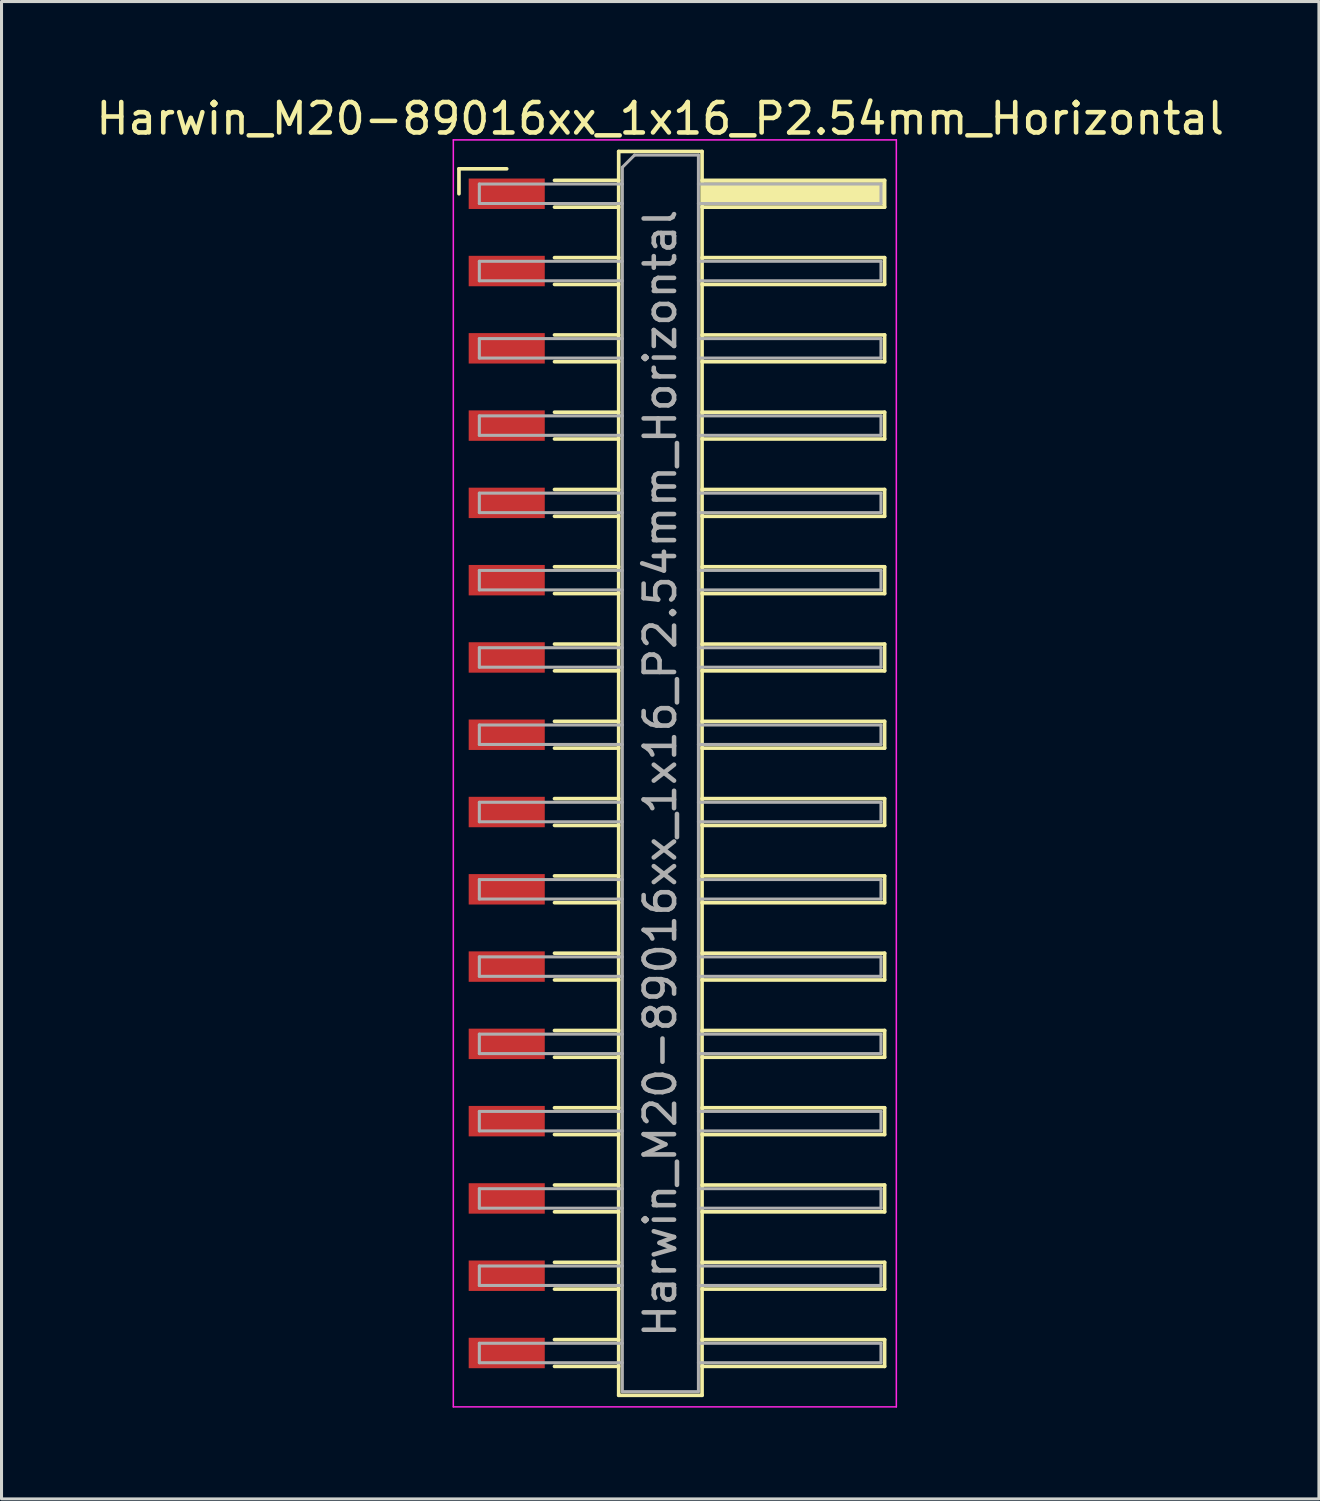
<source format=kicad_pcb>
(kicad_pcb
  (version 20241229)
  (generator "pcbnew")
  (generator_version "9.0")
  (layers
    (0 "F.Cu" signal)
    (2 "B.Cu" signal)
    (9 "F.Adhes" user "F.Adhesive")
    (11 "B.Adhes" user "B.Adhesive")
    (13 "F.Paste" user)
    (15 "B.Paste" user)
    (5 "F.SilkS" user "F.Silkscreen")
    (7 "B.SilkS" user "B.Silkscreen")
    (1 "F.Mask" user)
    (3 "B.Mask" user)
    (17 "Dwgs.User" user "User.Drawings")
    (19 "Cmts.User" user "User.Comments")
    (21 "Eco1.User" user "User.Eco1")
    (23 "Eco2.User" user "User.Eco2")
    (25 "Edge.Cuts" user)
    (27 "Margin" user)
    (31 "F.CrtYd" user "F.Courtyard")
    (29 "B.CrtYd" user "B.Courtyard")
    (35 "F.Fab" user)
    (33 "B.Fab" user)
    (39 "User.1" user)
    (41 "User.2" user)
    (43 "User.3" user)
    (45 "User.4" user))
  (footprint "Harwin_M20-89016xx_1x16_P2.54mm_Horizontal"
    (layer "F.Cu")
    (at 19.129 22.368)
    (property "Reference" "Harwin_M20-89016xx_1x16_P2.54mm_Horizontal" (at -0.48 -21.52 0) (layer "F.SilkS") (effects (font (size 1 1) (thickness 0.15))))
    (attr smd)
    (fp_line (start -7.095 -19.87) (end -5.525 -19.87) (stroke (width 0.12) (type solid)) (layer "F.SilkS"))
    (fp_line (start -7.095 -19.05) (end -7.095 -19.87) (stroke (width 0.12) (type solid)) (layer "F.SilkS"))
    (fp_line (start -3.955 -19.49) (end -1.845 -19.49) (stroke (width 0.12) (type solid)) (layer "F.SilkS"))
    (fp_line (start -3.955 -18.61) (end -1.845 -18.61) (stroke (width 0.12) (type solid)) (layer "F.SilkS"))
    (fp_line (start -3.955 -16.95) (end -1.845 -16.95) (stroke (width 0.12) (type solid)) (layer "F.SilkS"))
    (fp_line (start -3.955 -16.07) (end -1.845 -16.07) (stroke (width 0.12) (type solid)) (layer "F.SilkS"))
    (fp_line (start -3.955 -14.41) (end -1.845 -14.41) (stroke (width 0.12) (type solid)) (layer "F.SilkS"))
    (fp_line (start -3.955 -13.53) (end -1.845 -13.53) (stroke (width 0.12) (type solid)) (layer "F.SilkS"))
    (fp_line (start -3.955 -11.87) (end -1.845 -11.87) (stroke (width 0.12) (type solid)) (layer "F.SilkS"))
    (fp_line (start -3.955 -10.99) (end -1.845 -10.99) (stroke (width 0.12) (type solid)) (layer "F.SilkS"))
    (fp_line (start -3.955 -9.33) (end -1.845 -9.33) (stroke (width 0.12) (type solid)) (layer "F.SilkS"))
    (fp_line (start -3.955 -8.45) (end -1.845 -8.45) (stroke (width 0.12) (type solid)) (layer "F.SilkS"))
    (fp_line (start -3.955 -6.79) (end -1.845 -6.79) (stroke (width 0.12) (type solid)) (layer "F.SilkS"))
    (fp_line (start -3.955 -5.91) (end -1.845 -5.91) (stroke (width 0.12) (type solid)) (layer "F.SilkS"))
    (fp_line (start -3.955 -4.25) (end -1.845 -4.25) (stroke (width 0.12) (type solid)) (layer "F.SilkS"))
    (fp_line (start -3.955 -3.37) (end -1.845 -3.37) (stroke (width 0.12) (type solid)) (layer "F.SilkS"))
    (fp_line (start -3.955 -1.71) (end -1.845 -1.71) (stroke (width 0.12) (type solid)) (layer "F.SilkS"))
    (fp_line (start -3.955 -0.83) (end -1.845 -0.83) (stroke (width 0.12) (type solid)) (layer "F.SilkS"))
    (fp_line (start -3.955 0.83) (end -1.845 0.83) (stroke (width 0.12) (type solid)) (layer "F.SilkS"))
    (fp_line (start -3.955 1.71) (end -1.845 1.71) (stroke (width 0.12) (type solid)) (layer "F.SilkS"))
    (fp_line (start -3.955 3.37) (end -1.845 3.37) (stroke (width 0.12) (type solid)) (layer "F.SilkS"))
    (fp_line (start -3.955 4.25) (end -1.845 4.25) (stroke (width 0.12) (type solid)) (layer "F.SilkS"))
    (fp_line (start -3.955 5.91) (end -1.845 5.91) (stroke (width 0.12) (type solid)) (layer "F.SilkS"))
    (fp_line (start -3.955 6.79) (end -1.845 6.79) (stroke (width 0.12) (type solid)) (layer "F.SilkS"))
    (fp_line (start -3.955 8.45) (end -1.845 8.45) (stroke (width 0.12) (type solid)) (layer "F.SilkS"))
    (fp_line (start -3.955 9.33) (end -1.845 9.33) (stroke (width 0.12) (type solid)) (layer "F.SilkS"))
    (fp_line (start -3.955 10.99) (end -1.845 10.99) (stroke (width 0.12) (type solid)) (layer "F.SilkS"))
    (fp_line (start -3.955 11.87) (end -1.845 11.87) (stroke (width 0.12) (type solid)) (layer "F.SilkS"))
    (fp_line (start -3.955 13.53) (end -1.845 13.53) (stroke (width 0.12) (type solid)) (layer "F.SilkS"))
    (fp_line (start -3.955 14.41) (end -1.845 14.41) (stroke (width 0.12) (type solid)) (layer "F.SilkS"))
    (fp_line (start -3.955 16.07) (end -1.845 16.07) (stroke (width 0.12) (type solid)) (layer "F.SilkS"))
    (fp_line (start -3.955 16.95) (end -1.845 16.95) (stroke (width 0.12) (type solid)) (layer "F.SilkS"))
    (fp_line (start -3.955 18.61) (end -1.845 18.61) (stroke (width 0.12) (type solid)) (layer "F.SilkS"))
    (fp_line (start -3.955 19.49) (end -1.845 19.49) (stroke (width 0.12) (type solid)) (layer "F.SilkS"))
    (fp_line (start -1.845 -20.44) (end 0.895 -20.44) (stroke (width 0.12) (type solid)) (layer "F.SilkS"))
    (fp_line (start -1.845 20.44) (end -1.845 -20.44) (stroke (width 0.12) (type solid)) (layer "F.SilkS"))
    (fp_line (start 0.895 -20.44) (end 0.895 20.44) (stroke (width 0.12) (type solid)) (layer "F.SilkS"))
    (fp_line (start 0.895 -19.49) (end 6.895 -19.49) (stroke (width 0.12) (type solid)) (layer "F.SilkS"))
    (fp_line (start 0.895 -16.95) (end 6.895 -16.95) (stroke (width 0.12) (type solid)) (layer "F.SilkS"))
    (fp_line (start 0.895 -14.41) (end 6.895 -14.41) (stroke (width 0.12) (type solid)) (layer "F.SilkS"))
    (fp_line (start 0.895 -11.87) (end 6.895 -11.87) (stroke (width 0.12) (type solid)) (layer "F.SilkS"))
    (fp_line (start 0.895 -9.33) (end 6.895 -9.33) (stroke (width 0.12) (type solid)) (layer "F.SilkS"))
    (fp_line (start 0.895 -6.79) (end 6.895 -6.79) (stroke (width 0.12) (type solid)) (layer "F.SilkS"))
    (fp_line (start 0.895 -4.25) (end 6.895 -4.25) (stroke (width 0.12) (type solid)) (layer "F.SilkS"))
    (fp_line (start 0.895 -1.71) (end 6.895 -1.71) (stroke (width 0.12) (type solid)) (layer "F.SilkS"))
    (fp_line (start 0.895 0.83) (end 6.895 0.83) (stroke (width 0.12) (type solid)) (layer "F.SilkS"))
    (fp_line (start 0.895 3.37) (end 6.895 3.37) (stroke (width 0.12) (type solid)) (layer "F.SilkS"))
    (fp_line (start 0.895 5.91) (end 6.895 5.91) (stroke (width 0.12) (type solid)) (layer "F.SilkS"))
    (fp_line (start 0.895 8.45) (end 6.895 8.45) (stroke (width 0.12) (type solid)) (layer "F.SilkS"))
    (fp_line (start 0.895 10.99) (end 6.895 10.99) (stroke (width 0.12) (type solid)) (layer "F.SilkS"))
    (fp_line (start 0.895 13.53) (end 6.895 13.53) (stroke (width 0.12) (type solid)) (layer "F.SilkS"))
    (fp_line (start 0.895 16.07) (end 6.895 16.07) (stroke (width 0.12) (type solid)) (layer "F.SilkS"))
    (fp_line (start 0.895 18.61) (end 6.895 18.61) (stroke (width 0.12) (type solid)) (layer "F.SilkS"))
    (fp_line (start 0.895 20.44) (end -1.845 20.44) (stroke (width 0.12) (type solid)) (layer "F.SilkS"))
    (fp_line (start 6.895 -19.49) (end 6.895 -18.61) (stroke (width 0.12) (type solid)) (layer "F.SilkS"))
    (fp_line (start 6.895 -18.61) (end 0.895 -18.61) (stroke (width 0.12) (type solid)) (layer "F.SilkS"))
    (fp_line (start 6.895 -16.95) (end 6.895 -16.07) (stroke (width 0.12) (type solid)) (layer "F.SilkS"))
    (fp_line (start 6.895 -16.07) (end 0.895 -16.07) (stroke (width 0.12) (type solid)) (layer "F.SilkS"))
    (fp_line (start 6.895 -14.41) (end 6.895 -13.53) (stroke (width 0.12) (type solid)) (layer "F.SilkS"))
    (fp_line (start 6.895 -13.53) (end 0.895 -13.53) (stroke (width 0.12) (type solid)) (layer "F.SilkS"))
    (fp_line (start 6.895 -11.87) (end 6.895 -10.99) (stroke (width 0.12) (type solid)) (layer "F.SilkS"))
    (fp_line (start 6.895 -10.99) (end 0.895 -10.99) (stroke (width 0.12) (type solid)) (layer "F.SilkS"))
    (fp_line (start 6.895 -9.33) (end 6.895 -8.45) (stroke (width 0.12) (type solid)) (layer "F.SilkS"))
    (fp_line (start 6.895 -8.45) (end 0.895 -8.45) (stroke (width 0.12) (type solid)) (layer "F.SilkS"))
    (fp_line (start 6.895 -6.79) (end 6.895 -5.91) (stroke (width 0.12) (type solid)) (layer "F.SilkS"))
    (fp_line (start 6.895 -5.91) (end 0.895 -5.91) (stroke (width 0.12) (type solid)) (layer "F.SilkS"))
    (fp_line (start 6.895 -4.25) (end 6.895 -3.37) (stroke (width 0.12) (type solid)) (layer "F.SilkS"))
    (fp_line (start 6.895 -3.37) (end 0.895 -3.37) (stroke (width 0.12) (type solid)) (layer "F.SilkS"))
    (fp_line (start 6.895 -1.71) (end 6.895 -0.83) (stroke (width 0.12) (type solid)) (layer "F.SilkS"))
    (fp_line (start 6.895 -0.83) (end 0.895 -0.83) (stroke (width 0.12) (type solid)) (layer "F.SilkS"))
    (fp_line (start 6.895 0.83) (end 6.895 1.71) (stroke (width 0.12) (type solid)) (layer "F.SilkS"))
    (fp_line (start 6.895 1.71) (end 0.895 1.71) (stroke (width 0.12) (type solid)) (layer "F.SilkS"))
    (fp_line (start 6.895 3.37) (end 6.895 4.25) (stroke (width 0.12) (type solid)) (layer "F.SilkS"))
    (fp_line (start 6.895 4.25) (end 0.895 4.25) (stroke (width 0.12) (type solid)) (layer "F.SilkS"))
    (fp_line (start 6.895 5.91) (end 6.895 6.79) (stroke (width 0.12) (type solid)) (layer "F.SilkS"))
    (fp_line (start 6.895 6.79) (end 0.895 6.79) (stroke (width 0.12) (type solid)) (layer "F.SilkS"))
    (fp_line (start 6.895 8.45) (end 6.895 9.33) (stroke (width 0.12) (type solid)) (layer "F.SilkS"))
    (fp_line (start 6.895 9.33) (end 0.895 9.33) (stroke (width 0.12) (type solid)) (layer "F.SilkS"))
    (fp_line (start 6.895 10.99) (end 6.895 11.87) (stroke (width 0.12) (type solid)) (layer "F.SilkS"))
    (fp_line (start 6.895 11.87) (end 0.895 11.87) (stroke (width 0.12) (type solid)) (layer "F.SilkS"))
    (fp_line (start 6.895 13.53) (end 6.895 14.41) (stroke (width 0.12) (type solid)) (layer "F.SilkS"))
    (fp_line (start 6.895 14.41) (end 0.895 14.41) (stroke (width 0.12) (type solid)) (layer "F.SilkS"))
    (fp_line (start 6.895 16.07) (end 6.895 16.95) (stroke (width 0.12) (type solid)) (layer "F.SilkS"))
    (fp_line (start 6.895 16.95) (end 0.895 16.95) (stroke (width 0.12) (type solid)) (layer "F.SilkS"))
    (fp_line (start 6.895 18.61) (end 6.895 19.49) (stroke (width 0.12) (type solid)) (layer "F.SilkS"))
    (fp_line (start 6.895 19.49) (end 0.895 19.49) (stroke (width 0.12) (type solid)) (layer "F.SilkS"))
    (fp_line (start -7.28 -20.82) (end 7.28 -20.82) (stroke (width 0.05) (type solid)) (layer "F.CrtYd"))
    (fp_line (start -7.28 20.82) (end -7.28 -20.82) (stroke (width 0.05) (type solid)) (layer "F.CrtYd"))
    (fp_line (start 7.28 -20.82) (end 7.28 20.82) (stroke (width 0.05) (type solid)) (layer "F.CrtYd"))
    (fp_line (start 7.28 20.82) (end -7.28 20.82) (stroke (width 0.05) (type solid)) (layer "F.CrtYd"))
    (fp_line (start -6.425 -19.37) (end -6.425 -18.73) (stroke (width 0.1) (type solid)) (layer "F.Fab"))
    (fp_line (start -6.425 -18.73) (end -1.725 -18.73) (stroke (width 0.1) (type solid)) (layer "F.Fab"))
    (fp_line (start -6.425 -16.83) (end -6.425 -16.19) (stroke (width 0.1) (type solid)) (layer "F.Fab"))
    (fp_line (start -6.425 -16.19) (end -1.725 -16.19) (stroke (width 0.1) (type solid)) (layer "F.Fab"))
    (fp_line (start -6.425 -14.29) (end -6.425 -13.65) (stroke (width 0.1) (type solid)) (layer "F.Fab"))
    (fp_line (start -6.425 -13.65) (end -1.725 -13.65) (stroke (width 0.1) (type solid)) (layer "F.Fab"))
    (fp_line (start -6.425 -11.75) (end -6.425 -11.11) (stroke (width 0.1) (type solid)) (layer "F.Fab"))
    (fp_line (start -6.425 -11.11) (end -1.725 -11.11) (stroke (width 0.1) (type solid)) (layer "F.Fab"))
    (fp_line (start -6.425 -9.21) (end -6.425 -8.57) (stroke (width 0.1) (type solid)) (layer "F.Fab"))
    (fp_line (start -6.425 -8.57) (end -1.725 -8.57) (stroke (width 0.1) (type solid)) (layer "F.Fab"))
    (fp_line (start -6.425 -6.67) (end -6.425 -6.03) (stroke (width 0.1) (type solid)) (layer "F.Fab"))
    (fp_line (start -6.425 -6.03) (end -1.725 -6.03) (stroke (width 0.1) (type solid)) (layer "F.Fab"))
    (fp_line (start -6.425 -4.13) (end -6.425 -3.49) (stroke (width 0.1) (type solid)) (layer "F.Fab"))
    (fp_line (start -6.425 -3.49) (end -1.725 -3.49) (stroke (width 0.1) (type solid)) (layer "F.Fab"))
    (fp_line (start -6.425 -1.59) (end -6.425 -0.95) (stroke (width 0.1) (type solid)) (layer "F.Fab"))
    (fp_line (start -6.425 -0.95) (end -1.725 -0.95) (stroke (width 0.1) (type solid)) (layer "F.Fab"))
    (fp_line (start -6.425 0.95) (end -6.425 1.59) (stroke (width 0.1) (type solid)) (layer "F.Fab"))
    (fp_line (start -6.425 1.59) (end -1.725 1.59) (stroke (width 0.1) (type solid)) (layer "F.Fab"))
    (fp_line (start -6.425 3.49) (end -6.425 4.13) (stroke (width 0.1) (type solid)) (layer "F.Fab"))
    (fp_line (start -6.425 4.13) (end -1.725 4.13) (stroke (width 0.1) (type solid)) (layer "F.Fab"))
    (fp_line (start -6.425 6.03) (end -6.425 6.67) (stroke (width 0.1) (type solid)) (layer "F.Fab"))
    (fp_line (start -6.425 6.67) (end -1.725 6.67) (stroke (width 0.1) (type solid)) (layer "F.Fab"))
    (fp_line (start -6.425 8.57) (end -6.425 9.21) (stroke (width 0.1) (type solid)) (layer "F.Fab"))
    (fp_line (start -6.425 9.21) (end -1.725 9.21) (stroke (width 0.1) (type solid)) (layer "F.Fab"))
    (fp_line (start -6.425 11.11) (end -6.425 11.75) (stroke (width 0.1) (type solid)) (layer "F.Fab"))
    (fp_line (start -6.425 11.75) (end -1.725 11.75) (stroke (width 0.1) (type solid)) (layer "F.Fab"))
    (fp_line (start -6.425 13.65) (end -6.425 14.29) (stroke (width 0.1) (type solid)) (layer "F.Fab"))
    (fp_line (start -6.425 14.29) (end -1.725 14.29) (stroke (width 0.1) (type solid)) (layer "F.Fab"))
    (fp_line (start -6.425 16.19) (end -6.425 16.83) (stroke (width 0.1) (type solid)) (layer "F.Fab"))
    (fp_line (start -6.425 16.83) (end -1.725 16.83) (stroke (width 0.1) (type solid)) (layer "F.Fab"))
    (fp_line (start -6.425 18.73) (end -6.425 19.37) (stroke (width 0.1) (type solid)) (layer "F.Fab"))
    (fp_line (start -6.425 19.37) (end -1.725 19.37) (stroke (width 0.1) (type solid)) (layer "F.Fab"))
    (fp_line (start -1.725 -19.92) (end -1.325 -20.32) (stroke (width 0.1) (type solid)) (layer "F.Fab"))
    (fp_line (start -1.725 -19.37) (end -6.425 -19.37) (stroke (width 0.1) (type solid)) (layer "F.Fab"))
    (fp_line (start -1.725 -16.83) (end -6.425 -16.83) (stroke (width 0.1) (type solid)) (layer "F.Fab"))
    (fp_line (start -1.725 -14.29) (end -6.425 -14.29) (stroke (width 0.1) (type solid)) (layer "F.Fab"))
    (fp_line (start -1.725 -11.75) (end -6.425 -11.75) (stroke (width 0.1) (type solid)) (layer "F.Fab"))
    (fp_line (start -1.725 -9.21) (end -6.425 -9.21) (stroke (width 0.1) (type solid)) (layer "F.Fab"))
    (fp_line (start -1.725 -6.67) (end -6.425 -6.67) (stroke (width 0.1) (type solid)) (layer "F.Fab"))
    (fp_line (start -1.725 -4.13) (end -6.425 -4.13) (stroke (width 0.1) (type solid)) (layer "F.Fab"))
    (fp_line (start -1.725 -1.59) (end -6.425 -1.59) (stroke (width 0.1) (type solid)) (layer "F.Fab"))
    (fp_line (start -1.725 0.95) (end -6.425 0.95) (stroke (width 0.1) (type solid)) (layer "F.Fab"))
    (fp_line (start -1.725 3.49) (end -6.425 3.49) (stroke (width 0.1) (type solid)) (layer "F.Fab"))
    (fp_line (start -1.725 6.03) (end -6.425 6.03) (stroke (width 0.1) (type solid)) (layer "F.Fab"))
    (fp_line (start -1.725 8.57) (end -6.425 8.57) (stroke (width 0.1) (type solid)) (layer "F.Fab"))
    (fp_line (start -1.725 11.11) (end -6.425 11.11) (stroke (width 0.1) (type solid)) (layer "F.Fab"))
    (fp_line (start -1.725 13.65) (end -6.425 13.65) (stroke (width 0.1) (type solid)) (layer "F.Fab"))
    (fp_line (start -1.725 16.19) (end -6.425 16.19) (stroke (width 0.1) (type solid)) (layer "F.Fab"))
    (fp_line (start -1.725 18.73) (end -6.425 18.73) (stroke (width 0.1) (type solid)) (layer "F.Fab"))
    (fp_line (start -1.725 20.32) (end -1.725 -19.92) (stroke (width 0.1) (type solid)) (layer "F.Fab"))
    (fp_line (start -1.325 -20.32) (end 0.775 -20.32) (stroke (width 0.1) (type solid)) (layer "F.Fab"))
    (fp_line (start 0.775 -20.32) (end 0.775 20.32) (stroke (width 0.1) (type solid)) (layer "F.Fab"))
    (fp_line (start 0.775 -19.37) (end 6.775 -19.37) (stroke (width 0.1) (type solid)) (layer "F.Fab"))
    (fp_line (start 0.775 -16.83) (end 6.775 -16.83) (stroke (width 0.1) (type solid)) (layer "F.Fab"))
    (fp_line (start 0.775 -14.29) (end 6.775 -14.29) (stroke (width 0.1) (type solid)) (layer "F.Fab"))
    (fp_line (start 0.775 -11.75) (end 6.775 -11.75) (stroke (width 0.1) (type solid)) (layer "F.Fab"))
    (fp_line (start 0.775 -9.21) (end 6.775 -9.21) (stroke (width 0.1) (type solid)) (layer "F.Fab"))
    (fp_line (start 0.775 -6.67) (end 6.775 -6.67) (stroke (width 0.1) (type solid)) (layer "F.Fab"))
    (fp_line (start 0.775 -4.13) (end 6.775 -4.13) (stroke (width 0.1) (type solid)) (layer "F.Fab"))
    (fp_line (start 0.775 -1.59) (end 6.775 -1.59) (stroke (width 0.1) (type solid)) (layer "F.Fab"))
    (fp_line (start 0.775 0.95) (end 6.775 0.95) (stroke (width 0.1) (type solid)) (layer "F.Fab"))
    (fp_line (start 0.775 3.49) (end 6.775 3.49) (stroke (width 0.1) (type solid)) (layer "F.Fab"))
    (fp_line (start 0.775 6.03) (end 6.775 6.03) (stroke (width 0.1) (type solid)) (layer "F.Fab"))
    (fp_line (start 0.775 8.57) (end 6.775 8.57) (stroke (width 0.1) (type solid)) (layer "F.Fab"))
    (fp_line (start 0.775 11.11) (end 6.775 11.11) (stroke (width 0.1) (type solid)) (layer "F.Fab"))
    (fp_line (start 0.775 13.65) (end 6.775 13.65) (stroke (width 0.1) (type solid)) (layer "F.Fab"))
    (fp_line (start 0.775 16.19) (end 6.775 16.19) (stroke (width 0.1) (type solid)) (layer "F.Fab"))
    (fp_line (start 0.775 18.73) (end 6.775 18.73) (stroke (width 0.1) (type solid)) (layer "F.Fab"))
    (fp_line (start 0.775 20.32) (end -1.725 20.32) (stroke (width 0.1) (type solid)) (layer "F.Fab"))
    (fp_line (start 6.775 -19.37) (end 6.775 -18.73) (stroke (width 0.1) (type solid)) (layer "F.Fab"))
    (fp_line (start 6.775 -18.73) (end 0.775 -18.73) (stroke (width 0.1) (type solid)) (layer "F.Fab"))
    (fp_line (start 6.775 -16.83) (end 6.775 -16.19) (stroke (width 0.1) (type solid)) (layer "F.Fab"))
    (fp_line (start 6.775 -16.19) (end 0.775 -16.19) (stroke (width 0.1) (type solid)) (layer "F.Fab"))
    (fp_line (start 6.775 -14.29) (end 6.775 -13.65) (stroke (width 0.1) (type solid)) (layer "F.Fab"))
    (fp_line (start 6.775 -13.65) (end 0.775 -13.65) (stroke (width 0.1) (type solid)) (layer "F.Fab"))
    (fp_line (start 6.775 -11.75) (end 6.775 -11.11) (stroke (width 0.1) (type solid)) (layer "F.Fab"))
    (fp_line (start 6.775 -11.11) (end 0.775 -11.11) (stroke (width 0.1) (type solid)) (layer "F.Fab"))
    (fp_line (start 6.775 -9.21) (end 6.775 -8.57) (stroke (width 0.1) (type solid)) (layer "F.Fab"))
    (fp_line (start 6.775 -8.57) (end 0.775 -8.57) (stroke (width 0.1) (type solid)) (layer "F.Fab"))
    (fp_line (start 6.775 -6.67) (end 6.775 -6.03) (stroke (width 0.1) (type solid)) (layer "F.Fab"))
    (fp_line (start 6.775 -6.03) (end 0.775 -6.03) (stroke (width 0.1) (type solid)) (layer "F.Fab"))
    (fp_line (start 6.775 -4.13) (end 6.775 -3.49) (stroke (width 0.1) (type solid)) (layer "F.Fab"))
    (fp_line (start 6.775 -3.49) (end 0.775 -3.49) (stroke (width 0.1) (type solid)) (layer "F.Fab"))
    (fp_line (start 6.775 -1.59) (end 6.775 -0.95) (stroke (width 0.1) (type solid)) (layer "F.Fab"))
    (fp_line (start 6.775 -0.95) (end 0.775 -0.95) (stroke (width 0.1) (type solid)) (layer "F.Fab"))
    (fp_line (start 6.775 0.95) (end 6.775 1.59) (stroke (width 0.1) (type solid)) (layer "F.Fab"))
    (fp_line (start 6.775 1.59) (end 0.775 1.59) (stroke (width 0.1) (type solid)) (layer "F.Fab"))
    (fp_line (start 6.775 3.49) (end 6.775 4.13) (stroke (width 0.1) (type solid)) (layer "F.Fab"))
    (fp_line (start 6.775 4.13) (end 0.775 4.13) (stroke (width 0.1) (type solid)) (layer "F.Fab"))
    (fp_line (start 6.775 6.03) (end 6.775 6.67) (stroke (width 0.1) (type solid)) (layer "F.Fab"))
    (fp_line (start 6.775 6.67) (end 0.775 6.67) (stroke (width 0.1) (type solid)) (layer "F.Fab"))
    (fp_line (start 6.775 8.57) (end 6.775 9.21) (stroke (width 0.1) (type solid)) (layer "F.Fab"))
    (fp_line (start 6.775 9.21) (end 0.775 9.21) (stroke (width 0.1) (type solid)) (layer "F.Fab"))
    (fp_line (start 6.775 11.11) (end 6.775 11.75) (stroke (width 0.1) (type solid)) (layer "F.Fab"))
    (fp_line (start 6.775 11.75) (end 0.775 11.75) (stroke (width 0.1) (type solid)) (layer "F.Fab"))
    (fp_line (start 6.775 13.65) (end 6.775 14.29) (stroke (width 0.1) (type solid)) (layer "F.Fab"))
    (fp_line (start 6.775 14.29) (end 0.775 14.29) (stroke (width 0.1) (type solid)) (layer "F.Fab"))
    (fp_line (start 6.775 16.19) (end 6.775 16.83) (stroke (width 0.1) (type solid)) (layer "F.Fab"))
    (fp_line (start 6.775 16.83) (end 0.775 16.83) (stroke (width 0.1) (type solid)) (layer "F.Fab"))
    (fp_line (start 6.775 18.73) (end 6.775 19.37) (stroke (width 0.1) (type solid)) (layer "F.Fab"))
    (fp_line (start 6.775 19.37) (end 0.775 19.37) (stroke (width 0.1) (type solid)) (layer "F.Fab"))
    (fp_text user "${REFERENCE}" (at -0.48 0 90) (layer "F.Fab") (effects (font (size 1 1) (thickness 0.15))))
    (pad "" smd rect (at 3.895 -19.05) (size 6 0.76) (layers "F.SilkS"))
    (pad "1" smd rect (at -5.525 -19.05) (size 2.5 1) (layers "F.Cu" "F.Mask" "F.Paste"))
    (pad "2" smd rect (at -5.525 -16.51) (size 2.5 1) (layers "F.Cu" "F.Mask" "F.Paste"))
    (pad "3" smd rect (at -5.525 -13.97) (size 2.5 1) (layers "F.Cu" "F.Mask" "F.Paste"))
    (pad "4" smd rect (at -5.525 -11.43) (size 2.5 1) (layers "F.Cu" "F.Mask" "F.Paste"))
    (pad "5" smd rect (at -5.525 -8.89) (size 2.5 1) (layers "F.Cu" "F.Mask" "F.Paste"))
    (pad "6" smd rect (at -5.525 -6.35) (size 2.5 1) (layers "F.Cu" "F.Mask" "F.Paste"))
    (pad "7" smd rect (at -5.525 -3.81) (size 2.5 1) (layers "F.Cu" "F.Mask" "F.Paste"))
    (pad "8" smd rect (at -5.525 -1.27) (size 2.5 1) (layers "F.Cu" "F.Mask" "F.Paste"))
    (pad "9" smd rect (at -5.525 1.27) (size 2.5 1) (layers "F.Cu" "F.Mask" "F.Paste"))
    (pad "10" smd rect (at -5.525 3.81) (size 2.5 1) (layers "F.Cu" "F.Mask" "F.Paste"))
    (pad "11" smd rect (at -5.525 6.35) (size 2.5 1) (layers "F.Cu" "F.Mask" "F.Paste"))
    (pad "12" smd rect (at -5.525 8.89) (size 2.5 1) (layers "F.Cu" "F.Mask" "F.Paste"))
    (pad "13" smd rect (at -5.525 11.43) (size 2.5 1) (layers "F.Cu" "F.Mask" "F.Paste"))
    (pad "14" smd rect (at -5.525 13.97) (size 2.5 1) (layers "F.Cu" "F.Mask" "F.Paste"))
    (pad "15" smd rect (at -5.525 16.51) (size 2.5 1) (layers "F.Cu" "F.Mask" "F.Paste"))
    (pad "16" smd rect (at -5.525 19.05) (size 2.5 1) (layers "F.Cu" "F.Mask" "F.Paste")))
  (gr_rect
    (start -3 -3)
    (end 40.298 46.213)
    (stroke (width 0.1) (type default))
    (fill no)
    (layer "Edge.Cuts")))
</source>
